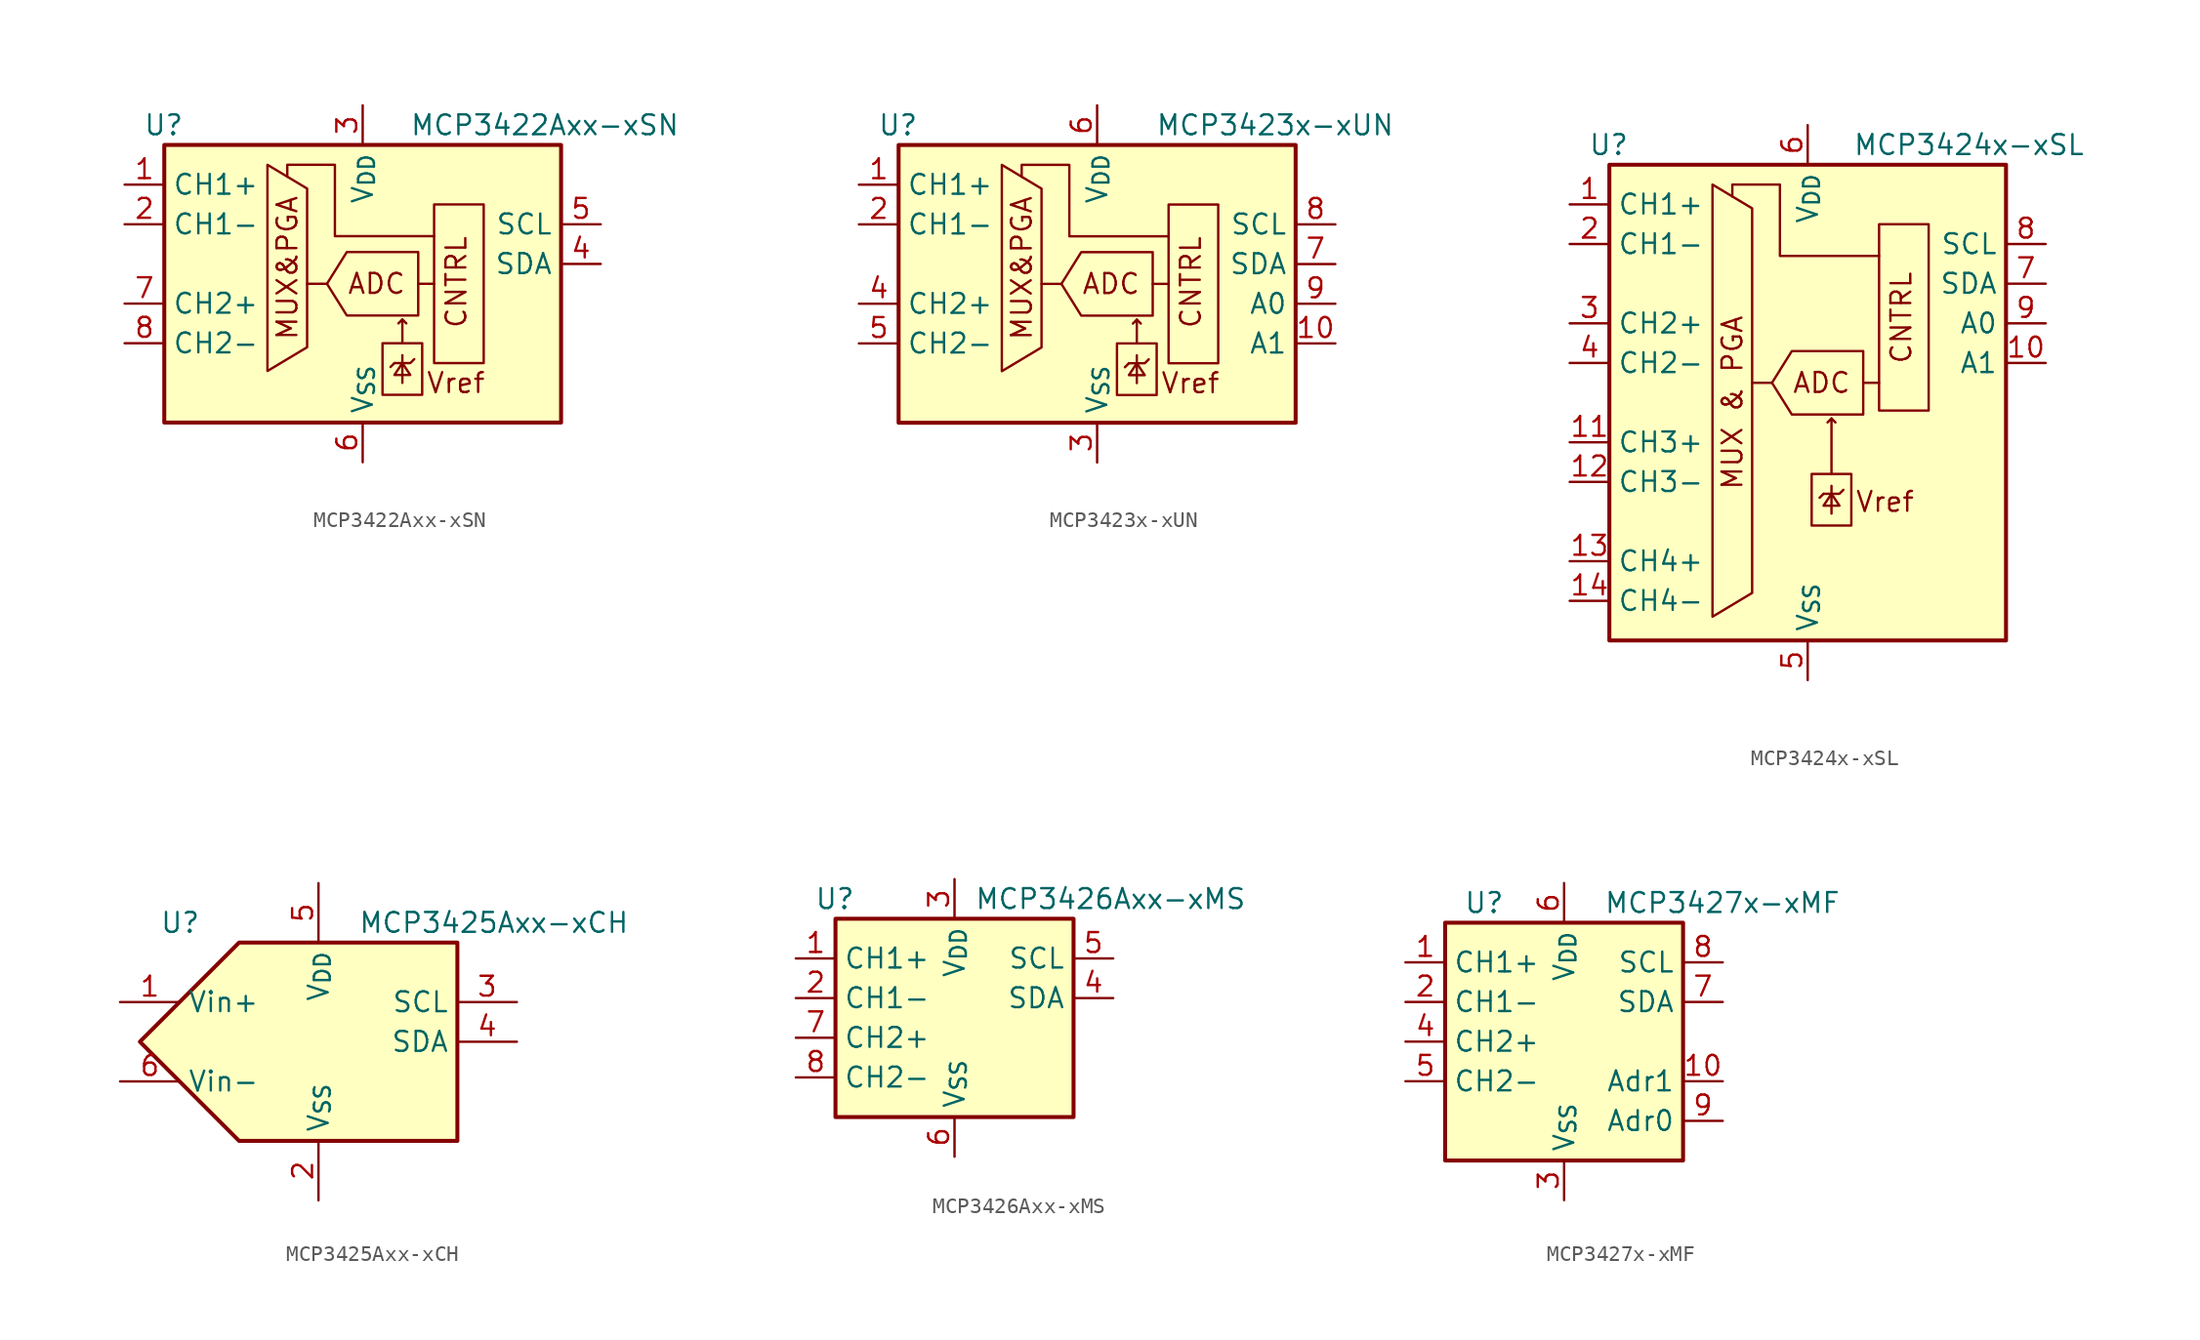
<source format=kicad_sym>
(kicad_symbol_lib
  (version 20231120)
  (generator "kicad_symbol_editor")
  (generator_version "8.0")
  (symbol "MCP3422Axx-xSN"
    (property "Reference" "U"
      (at -11.43 8.89 0)
      (effects (font (size 1.27 1.27)) (justify right)))
    (property "Value" "MCP3422Axx-xSN"
      (at 20.32 8.89 0)
      (effects (font (size 1.27 1.27)) (justify right)))
    (symbol "MCP3422Axx-xSN_0_0"
      (polyline (pts (xy -6.096 6.35) (xy -3.556 4.826) (xy -3.556 -5.334) (xy -6.096 -6.858) (xy -6.096 6.35)) (stroke (width 0) (type default)) (fill (type none)))
      (polyline (pts (xy 4.572 1.778) (xy -1.778 1.778) (xy -1.778 6.35) (xy -4.826 6.35) (xy -4.826 5.588)) (stroke (width 0) (type default)) (fill (type none)))
      (polyline (pts (xy 3.556 0.762) (xy 3.556 -3.302) (xy -1.016 -3.302) (xy -2.286 -1.27) (xy -1.016 0.762) (xy 3.556 0.762)) (stroke (width 0) (type default)) (fill (type none)))
      (text "ADC" (at 0.889 -1.27 0) (effects (font (size 1.27 1.27))))
      (text "CNTRL" (at 6.731 -4.191 900) (effects (font (size 1.27 1.27)) (justify left bottom)))
      (text "MUX&PGA" (at -4.826 -0.254 900) (effects (font (size 1.27 1.27))))
      (text "Vref" (at 5.969 -7.62 0) (effects (font (size 1.27 1.27)))))
    (symbol "MCP3422Axx-xSN_0_1"
      (polyline (pts (xy -3.556 -1.27) (xy -2.286 -1.27)) (stroke (width 0) (type default)) (fill (type none)))
      (polyline (pts (xy 2.032 -6.35) (xy 1.778 -6.604)) (stroke (width 0) (type default)) (fill (type none)))
      (polyline (pts (xy 2.54 -5.842) (xy 2.54 -7.62)) (stroke (width 0) (type default)) (fill (type none)))
      (polyline (pts (xy 2.54 -3.556) (xy 2.794 -3.81)) (stroke (width 0) (type default)) (fill (type none)))
      (polyline (pts (xy 3.556 -1.27) (xy 4.572 -1.27)) (stroke (width 0) (type default)) (fill (type none)))
      (polyline (pts (xy 2.032 -6.35) (xy 3.048 -6.35) (xy 3.302 -6.096)) (stroke (width 0) (type default)) (fill (type none)))
      (polyline (pts (xy 2.54 -5.08) (xy 2.54 -3.556) (xy 2.286 -3.81)) (stroke (width 0) (type default)) (fill (type none)))
      (polyline (pts (xy 2.54 -6.35) (xy 2.032 -7.112) (xy 3.048 -7.112) (xy 2.54 -6.35)) (stroke (width 0) (type default)) (fill (type none)))
      (rectangle (start 1.27 -5.08) (end 3.81 -8.382) (stroke (width 0) (type default)) (fill (type none)))
      (rectangle (start 4.572 -6.35) (end 7.747 3.81) (stroke (width 0) (type default)) (fill (type none)))
      (rectangle (start 12.7 7.62) (end -12.7 -10.16) (stroke (width 0.254) (type default)) (fill (type background))))
    (symbol "MCP3422Axx-xSN_1_1"
      (pin input line (at -15.24 5.08 0) (length 2.54) (name "CH1+" (effects (font (size 1.27 1.27)))) (number "1" (effects (font (size 1.27 1.27)))))
      (pin input line (at -15.24 2.54 0) (length 2.54) (name "CH1-" (effects (font (size 1.27 1.27)))) (number "2" (effects (font (size 1.27 1.27)))))
      (pin power_in line (at 0 10.16 270) (length 2.54) (name "V_{DD}" (effects (font (size 1.27 1.27)))) (number "3" (effects (font (size 1.27 1.27)))))
      (pin bidirectional line (at 15.24 0 180) (length 2.54) (name "SDA" (effects (font (size 1.27 1.27)))) (number "4" (effects (font (size 1.27 1.27)))))
      (pin input line (at 15.24 2.54 180) (length 2.54) (name "SCL" (effects (font (size 1.27 1.27)))) (number "5" (effects (font (size 1.27 1.27)))))
      (pin power_in line (at 0 -12.7 90) (length 2.54) (name "V_{SS}" (effects (font (size 1.27 1.27)))) (number "6" (effects (font (size 1.27 1.27)))))
      (pin input line (at -15.24 -2.54 0) (length 2.54) (name "CH2+" (effects (font (size 1.27 1.27)))) (number "7" (effects (font (size 1.27 1.27)))))
      (pin input line (at -15.24 -5.08 0) (length 2.54) (name "CH2-" (effects (font (size 1.27 1.27)))) (number "8" (effects (font (size 1.27 1.27)))))))
  (symbol "MCP3423x-xUN"
    (property "Reference" "U"
      (at -11.43 8.89 0)
      (effects (font (size 1.27 1.27)) (justify right)))
    (property "Value" "MCP3423x-xUN"
      (at 19.05 8.89 0)
      (effects (font (size 1.27 1.27)) (justify right)))
    (symbol "MCP3423x-xUN_0_0"
      (polyline (pts (xy -6.096 6.35) (xy -3.556 4.826) (xy -3.556 -5.334) (xy -6.096 -6.858) (xy -6.096 6.35)) (stroke (width 0) (type default)) (fill (type none)))
      (polyline (pts (xy 4.572 1.778) (xy -1.778 1.778) (xy -1.778 6.35) (xy -4.826 6.35) (xy -4.826 5.588)) (stroke (width 0) (type default)) (fill (type none)))
      (polyline (pts (xy 3.556 0.762) (xy 3.556 -3.302) (xy -1.016 -3.302) (xy -2.286 -1.27) (xy -1.016 0.762) (xy 3.556 0.762)) (stroke (width 0) (type default)) (fill (type none)))
      (text "ADC" (at 0.889 -1.27 0) (effects (font (size 1.27 1.27))))
      (text "CNTRL" (at 6.731 -4.191 900) (effects (font (size 1.27 1.27)) (justify left bottom)))
      (text "MUX&PGA" (at -4.826 -0.254 900) (effects (font (size 1.27 1.27))))
      (text "Vref" (at 5.969 -7.62 0) (effects (font (size 1.27 1.27)))))
    (symbol "MCP3423x-xUN_0_1"
      (polyline (pts (xy -3.556 -1.27) (xy -2.286 -1.27)) (stroke (width 0) (type default)) (fill (type none)))
      (polyline (pts (xy 2.032 -6.35) (xy 1.778 -6.604)) (stroke (width 0) (type default)) (fill (type none)))
      (polyline (pts (xy 2.54 -5.842) (xy 2.54 -7.62)) (stroke (width 0) (type default)) (fill (type none)))
      (polyline (pts (xy 2.54 -3.556) (xy 2.794 -3.81)) (stroke (width 0) (type default)) (fill (type none)))
      (polyline (pts (xy 3.556 -1.27) (xy 4.572 -1.27)) (stroke (width 0) (type default)) (fill (type none)))
      (polyline (pts (xy 2.032 -6.35) (xy 3.048 -6.35) (xy 3.302 -6.096)) (stroke (width 0) (type default)) (fill (type none)))
      (polyline (pts (xy 2.54 -5.08) (xy 2.54 -3.556) (xy 2.286 -3.81)) (stroke (width 0) (type default)) (fill (type none)))
      (polyline (pts (xy 2.54 -6.35) (xy 2.032 -7.112) (xy 3.048 -7.112) (xy 2.54 -6.35)) (stroke (width 0) (type default)) (fill (type none)))
      (rectangle (start 1.27 -5.08) (end 3.81 -8.382) (stroke (width 0) (type default)) (fill (type none)))
      (rectangle (start 4.572 -6.35) (end 7.747 3.81) (stroke (width 0) (type default)) (fill (type none)))
      (rectangle (start 12.7 7.62) (end -12.7 -10.16) (stroke (width 0.254) (type default)) (fill (type background))))
    (symbol "MCP3423x-xUN_1_1"
      (pin input line (at -15.24 5.08 0) (length 2.54) (name "CH1+" (effects (font (size 1.27 1.27)))) (number "1" (effects (font (size 1.27 1.27)))))
      (pin input line (at 15.24 -5.08 180) (length 2.54) (name "A1" (effects (font (size 1.27 1.27)))) (number "10" (effects (font (size 1.27 1.27)))))
      (pin input line (at -15.24 2.54 0) (length 2.54) (name "CH1-" (effects (font (size 1.27 1.27)))) (number "2" (effects (font (size 1.27 1.27)))))
      (pin power_in line (at 0 -12.7 90) (length 2.54) (name "V_{SS}" (effects (font (size 1.27 1.27)))) (number "3" (effects (font (size 1.27 1.27)))))
      (pin input line (at -15.24 -2.54 0) (length 2.54) (name "CH2+" (effects (font (size 1.27 1.27)))) (number "4" (effects (font (size 1.27 1.27)))))
      (pin input line (at -15.24 -5.08 0) (length 2.54) (name "CH2-" (effects (font (size 1.27 1.27)))) (number "5" (effects (font (size 1.27 1.27)))))
      (pin power_in line (at 0 10.16 270) (length 2.54) (name "V_{DD}" (effects (font (size 1.27 1.27)))) (number "6" (effects (font (size 1.27 1.27)))))
      (pin bidirectional line (at 15.24 0 180) (length 2.54) (name "SDA" (effects (font (size 1.27 1.27)))) (number "7" (effects (font (size 1.27 1.27)))))
      (pin input line (at 15.24 2.54 180) (length 2.54) (name "SCL" (effects (font (size 1.27 1.27)))) (number "8" (effects (font (size 1.27 1.27)))))
      (pin input line (at 15.24 -2.54 180) (length 2.54) (name "A0" (effects (font (size 1.27 1.27)))) (number "9" (effects (font (size 1.27 1.27)))))))
  (symbol "MCP3424x-xSL"
    (property "Reference" "U"
      (at -11.43 16.51 0)
      (effects (font (size 1.27 1.27)) (justify right)))
    (property "Value" "MCP3424x-xSL"
      (at 17.78 16.51 0)
      (effects (font (size 1.27 1.27)) (justify right)))
    (symbol "MCP3424x-xSL_0_0"
      (polyline (pts (xy -6.096 13.97) (xy -3.556 12.446) (xy -3.556 -12.192) (xy -6.096 -13.716) (xy -6.096 13.97)) (stroke (width 0) (type default)) (fill (type none)))
      (polyline (pts (xy 4.572 9.398) (xy -1.778 9.398) (xy -1.778 13.97) (xy -4.826 13.97) (xy -4.826 13.208)) (stroke (width 0) (type default)) (fill (type none)))
      (polyline (pts (xy 3.556 3.302) (xy 3.556 -0.762) (xy -1.016 -0.762) (xy -2.286 1.27) (xy -1.016 3.302) (xy 3.556 3.302)) (stroke (width 0) (type default)) (fill (type none)))
      (text "ADC" (at 0.889 1.27 0) (effects (font (size 1.27 1.27))))
      (text "CNTRL" (at 6.731 2.413 900) (effects (font (size 1.27 1.27)) (justify left bottom)))
      (text "MUX & PGA" (at -4.826 0 900) (effects (font (size 1.27 1.27))))
      (text "Vref" (at 4.953 -6.35 0) (effects (font (size 1.27 1.27)))))
    (symbol "MCP3424x-xSL_0_1"
      (polyline (pts (xy -3.556 1.27) (xy -2.286 1.27)) (stroke (width 0) (type default)) (fill (type none)))
      (polyline (pts (xy 1.016 -5.842) (xy 0.762 -6.096)) (stroke (width 0) (type default)) (fill (type none)))
      (polyline (pts (xy 1.524 -5.334) (xy 1.524 -7.112)) (stroke (width 0) (type default)) (fill (type none)))
      (polyline (pts (xy 1.524 -1.016) (xy 1.778 -1.27)) (stroke (width 0) (type default)) (fill (type none)))
      (polyline (pts (xy 3.556 1.27) (xy 4.572 1.27)) (stroke (width 0) (type default)) (fill (type none)))
      (polyline (pts (xy 1.016 -5.842) (xy 2.032 -5.842) (xy 2.286 -5.588)) (stroke (width 0) (type default)) (fill (type none)))
      (polyline (pts (xy 1.524 -4.572) (xy 1.524 -1.016) (xy 1.27 -1.27)) (stroke (width 0) (type default)) (fill (type none)))
      (polyline (pts (xy 1.524 -5.842) (xy 1.016 -6.604) (xy 2.032 -6.604) (xy 1.524 -5.842)) (stroke (width 0) (type default)) (fill (type none)))
      (rectangle (start 0.254 -4.572) (end 2.794 -7.874) (stroke (width 0) (type default)) (fill (type none)))
      (rectangle (start 4.572 -0.508) (end 7.747 11.43) (stroke (width 0) (type default)) (fill (type none))))
    (symbol "MCP3424x-xSL_1_1"
      (rectangle (start -12.7 15.24) (end 12.7 -15.24) (stroke (width 0.254) (type default)) (fill (type background)))
      (pin input line (at -15.24 12.7 0) (length 2.54) (name "CH1+" (effects (font (size 1.27 1.27)))) (number "1" (effects (font (size 1.27 1.27)))))
      (pin input line (at 15.24 2.54 180) (length 2.54) (name "A1" (effects (font (size 1.27 1.27)))) (number "10" (effects (font (size 1.27 1.27)))))
      (pin input line (at -15.24 -2.54 0) (length 2.54) (name "CH3+" (effects (font (size 1.27 1.27)))) (number "11" (effects (font (size 1.27 1.27)))))
      (pin input line (at -15.24 -5.08 0) (length 2.54) (name "CH3-" (effects (font (size 1.27 1.27)))) (number "12" (effects (font (size 1.27 1.27)))))
      (pin input line (at -15.24 -10.16 0) (length 2.54) (name "CH4+" (effects (font (size 1.27 1.27)))) (number "13" (effects (font (size 1.27 1.27)))))
      (pin input line (at -15.24 -12.7 0) (length 2.54) (name "CH4-" (effects (font (size 1.27 1.27)))) (number "14" (effects (font (size 1.27 1.27)))))
      (pin input line (at -15.24 10.16 0) (length 2.54) (name "CH1-" (effects (font (size 1.27 1.27)))) (number "2" (effects (font (size 1.27 1.27)))))
      (pin input line (at -15.24 5.08 0) (length 2.54) (name "CH2+" (effects (font (size 1.27 1.27)))) (number "3" (effects (font (size 1.27 1.27)))))
      (pin input line (at -15.24 2.54 0) (length 2.54) (name "CH2-" (effects (font (size 1.27 1.27)))) (number "4" (effects (font (size 1.27 1.27)))))
      (pin power_in line (at 0 -17.78 90) (length 2.54) (name "V_{SS}" (effects (font (size 1.27 1.27)))) (number "5" (effects (font (size 1.27 1.27)))))
      (pin power_in line (at 0 17.78 270) (length 2.54) (name "V_{DD}" (effects (font (size 1.27 1.27)))) (number "6" (effects (font (size 1.27 1.27)))))
      (pin bidirectional line (at 15.24 7.62 180) (length 2.54) (name "SDA" (effects (font (size 1.27 1.27)))) (number "7" (effects (font (size 1.27 1.27)))))
      (pin input line (at 15.24 10.16 180) (length 2.54) (name "SCL" (effects (font (size 1.27 1.27)))) (number "8" (effects (font (size 1.27 1.27)))))
      (pin input line (at 15.24 5.08 180) (length 2.54) (name "A0" (effects (font (size 1.27 1.27)))) (number "9" (effects (font (size 1.27 1.27)))))))
  (symbol "MCP3425Axx-xCH"
    (property "Reference" "U"
      (at -10.16 7.62 0)
      (effects (font (size 1.27 1.27)) (justify left)))
    (property "Value" "MCP3425Axx-xCH"
      (at 2.54 7.62 0)
      (effects (font (size 1.27 1.27)) (justify left)))
    (symbol "MCP3425Axx-xCH_0_1"
      (polyline (pts (xy -5.08 6.35) (xy 8.89 6.35) (xy 8.89 0) (xy 8.89 -6.35) (xy -5.08 -6.35) (xy -11.43 0) (xy -5.08 6.35)) (stroke (width 0.254) (type default)) (fill (type background))))
    (symbol "MCP3425Axx-xCH_1_1"
      (pin passive line (at -12.7 2.54 0) (length 3.81) (name "Vin+" (effects (font (size 1.27 1.27)))) (number "1" (effects (font (size 1.27 1.27)))))
      (pin power_in line (at 0 -10.16 90) (length 3.81) (name "V_{SS}" (effects (font (size 1.27 1.27)))) (number "2" (effects (font (size 1.27 1.27)))))
      (pin input line (at 12.7 2.54 180) (length 3.81) (name "SCL" (effects (font (size 1.27 1.27)))) (number "3" (effects (font (size 1.27 1.27)))))
      (pin bidirectional line (at 12.7 0 180) (length 3.81) (name "SDA" (effects (font (size 1.27 1.27)))) (number "4" (effects (font (size 1.27 1.27)))))
      (pin power_in line (at 0 10.16 270) (length 3.81) (name "V_{DD}" (effects (font (size 1.27 1.27)))) (number "5" (effects (font (size 1.27 1.27)))))
      (pin passive line (at -12.7 -2.54 0) (length 3.81) (name "Vin-" (effects (font (size 1.27 1.27)))) (number "6" (effects (font (size 1.27 1.27)))))))
  (symbol "MCP3426Axx-xMS"
    (property "Reference" "U"
      (at -6.35 8.89 0)
      (effects (font (size 1.27 1.27)) (justify right)))
    (property "Value" "MCP3426Axx-xMS"
      (at 1.27 8.89 0)
      (effects (font (size 1.27 1.27)) (justify left)))
    (symbol "MCP3426Axx-xMS_0_1"
      (rectangle (start -7.62 7.62) (end 7.62 -5.08) (stroke (width 0.254) (type default)) (fill (type background))))
    (symbol "MCP3426Axx-xMS_1_1"
      (pin input line (at -10.16 5.08 0) (length 2.54) (name "CH1+" (effects (font (size 1.27 1.27)))) (number "1" (effects (font (size 1.27 1.27)))))
      (pin input line (at -10.16 2.54 0) (length 2.54) (name "CH1-" (effects (font (size 1.27 1.27)))) (number "2" (effects (font (size 1.27 1.27)))))
      (pin power_in line (at 0 10.16 270) (length 2.54) (name "V_{DD}" (effects (font (size 1.27 1.27)))) (number "3" (effects (font (size 1.27 1.27)))))
      (pin bidirectional line (at 10.16 2.54 180) (length 2.54) (name "SDA" (effects (font (size 1.27 1.27)))) (number "4" (effects (font (size 1.27 1.27)))))
      (pin input line (at 10.16 5.08 180) (length 2.54) (name "SCL" (effects (font (size 1.27 1.27)))) (number "5" (effects (font (size 1.27 1.27)))))
      (pin power_in line (at 0 -7.62 90) (length 2.54) (name "V_{SS}" (effects (font (size 1.27 1.27)))) (number "6" (effects (font (size 1.27 1.27)))))
      (pin input line (at -10.16 0 0) (length 2.54) (name "CH2+" (effects (font (size 1.27 1.27)))) (number "7" (effects (font (size 1.27 1.27)))))
      (pin input line (at -10.16 -2.54 0) (length 2.54) (name "CH2-" (effects (font (size 1.27 1.27)))) (number "8" (effects (font (size 1.27 1.27)))))))
  (symbol "MCP3427x-xMF"
    (property "Reference" "U"
      (at -3.81 8.89 0)
      (effects (font (size 1.27 1.27)) (justify right)))
    (property "Value" "MCP3427x-xMF"
      (at 2.54 8.89 0)
      (effects (font (size 1.27 1.27)) (justify left)))
    (symbol "MCP3427x-xMF_0_1"
      (rectangle (start -7.62 7.62) (end 7.62 -7.62) (stroke (width 0.254) (type default)) (fill (type background))))
    (symbol "MCP3427x-xMF_1_1"
      (pin input line (at -10.16 5.08 0) (length 2.54) (name "CH1+" (effects (font (size 1.27 1.27)))) (number "1" (effects (font (size 1.27 1.27)))))
      (pin input line (at 10.16 -2.54 180) (length 2.54) (name "Adr1" (effects (font (size 1.27 1.27)))) (number "10" (effects (font (size 1.27 1.27)))))
      (pin passive line (at 0 -10.16 90) (length 2.54) hide (name "V_{SS}" (effects (font (size 1.27 1.27)))) (number "11" (effects (font (size 1.27 1.27)))))
      (pin input line (at -10.16 2.54 0) (length 2.54) (name "CH1-" (effects (font (size 1.27 1.27)))) (number "2" (effects (font (size 1.27 1.27)))))
      (pin power_in line (at 0 -10.16 90) (length 2.54) (name "V_{SS}" (effects (font (size 1.27 1.27)))) (number "3" (effects (font (size 1.27 1.27)))))
      (pin input line (at -10.16 0 0) (length 2.54) (name "CH2+" (effects (font (size 1.27 1.27)))) (number "4" (effects (font (size 1.27 1.27)))))
      (pin input line (at -10.16 -2.54 0) (length 2.54) (name "CH2-" (effects (font (size 1.27 1.27)))) (number "5" (effects (font (size 1.27 1.27)))))
      (pin power_in line (at 0 10.16 270) (length 2.54) (name "V_{DD}" (effects (font (size 1.27 1.27)))) (number "6" (effects (font (size 1.27 1.27)))))
      (pin bidirectional line (at 10.16 2.54 180) (length 2.54) (name "SDA" (effects (font (size 1.27 1.27)))) (number "7" (effects (font (size 1.27 1.27)))))
      (pin input line (at 10.16 5.08 180) (length 2.54) (name "SCL" (effects (font (size 1.27 1.27)))) (number "8" (effects (font (size 1.27 1.27)))))
      (pin input line (at 10.16 -5.08 180) (length 2.54) (name "Adr0" (effects (font (size 1.27 1.27)))) (number "9" (effects (font (size 1.27 1.27))))))))
</source>
